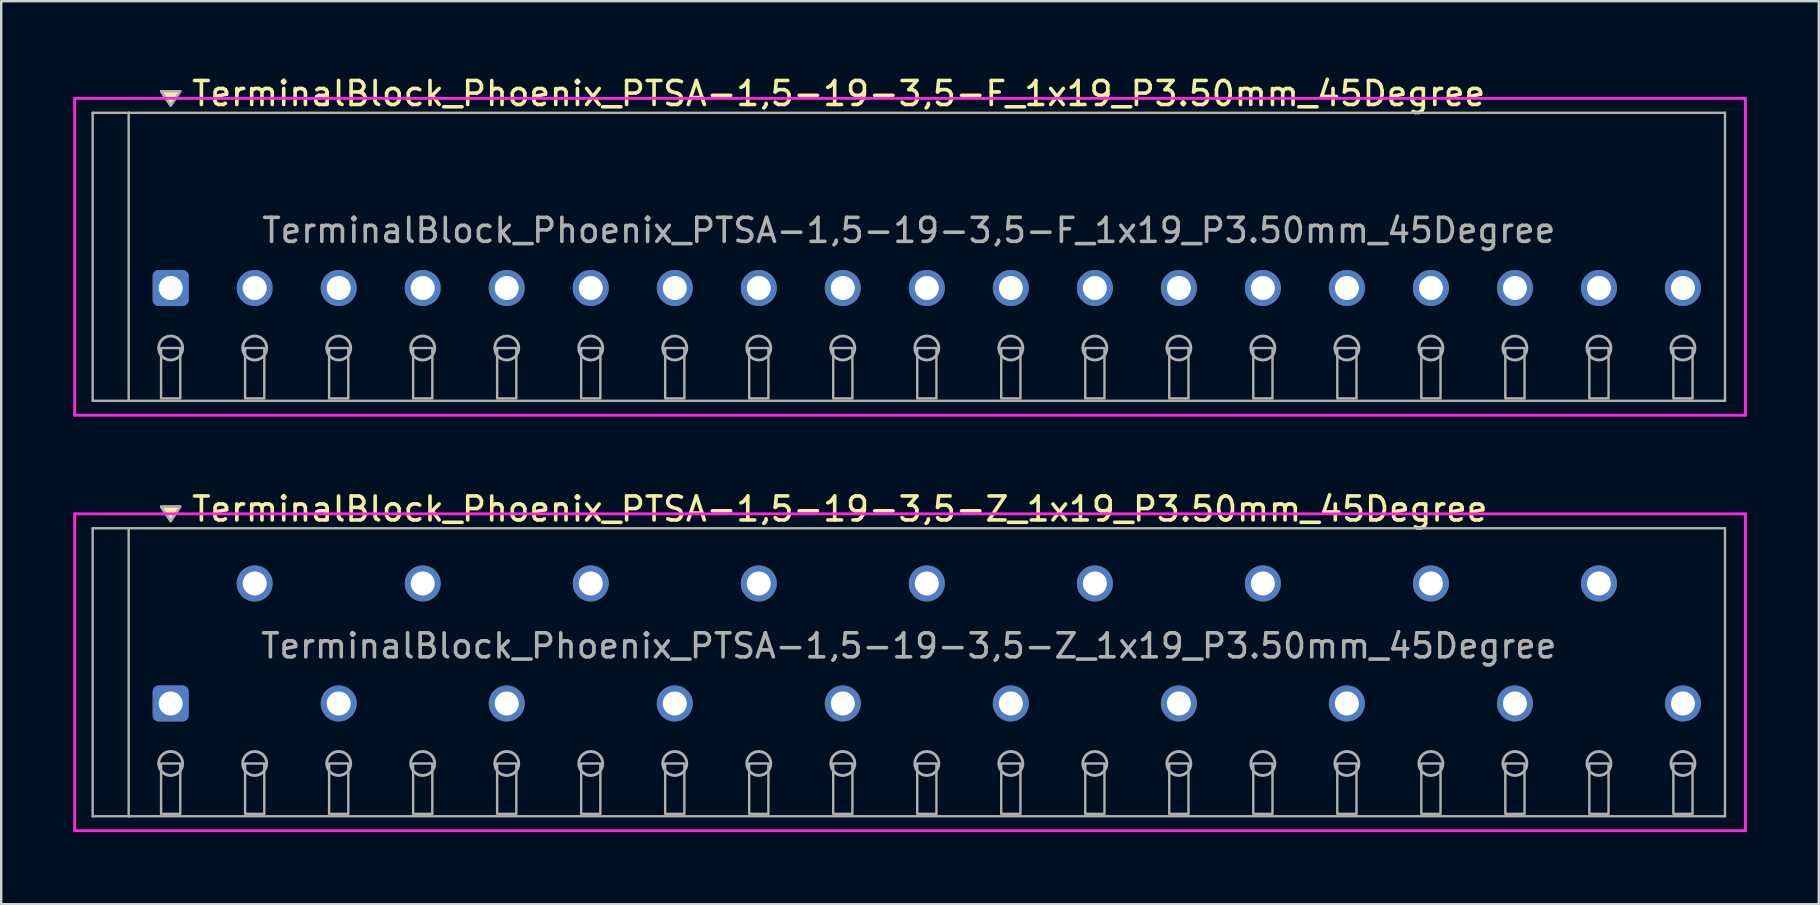
<source format=kicad_pcb>
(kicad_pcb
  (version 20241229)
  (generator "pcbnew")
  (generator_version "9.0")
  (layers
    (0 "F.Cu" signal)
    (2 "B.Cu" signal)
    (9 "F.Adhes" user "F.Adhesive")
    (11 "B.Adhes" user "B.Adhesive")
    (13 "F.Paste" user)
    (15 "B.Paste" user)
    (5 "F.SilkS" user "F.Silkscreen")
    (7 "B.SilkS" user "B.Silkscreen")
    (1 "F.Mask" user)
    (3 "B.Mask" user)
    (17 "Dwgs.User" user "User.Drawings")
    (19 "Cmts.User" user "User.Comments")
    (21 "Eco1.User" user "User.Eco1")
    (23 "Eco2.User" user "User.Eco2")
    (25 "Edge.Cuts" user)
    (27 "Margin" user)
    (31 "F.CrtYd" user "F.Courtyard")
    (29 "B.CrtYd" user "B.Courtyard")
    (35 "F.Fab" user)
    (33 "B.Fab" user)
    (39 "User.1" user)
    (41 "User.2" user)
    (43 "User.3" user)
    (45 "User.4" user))
  (footprint "TerminalBlock_Phoenix_PTSA-1,5-19-3,5-F_1x19_P3.50mm_45Degree"
    (layer "F.Cu")
    (at 4.06 8.948)
    (property "Reference" "TerminalBlock_Phoenix_PTSA-1,5-19-3,5-F_1x19_P3.50mm_45Degree" (at 0.8 -8.1 0) (layer "F.SilkS") (effects (font (size 1 1) (thickness 0.15)) (justify left)))
    (attr through_hole)
    (fp_poly (pts (xy 0 -7.6) (xy -0.4 -8.2) (xy 0.4 -8.2)) (stroke (width 0.1) (type solid)) (fill yes) (layer "F.SilkS"))
    (fp_line (start -4 -7.9) (end 65.6 -7.9) (stroke (width 0.12) (type solid)) (layer "F.CrtYd"))
    (fp_line (start -4 5.3) (end -4 -7.9) (stroke (width 0.12) (type solid)) (layer "F.CrtYd"))
    (fp_line (start 65.6 -7.9) (end 65.6 5.3) (stroke (width 0.12) (type solid)) (layer "F.CrtYd"))
    (fp_line (start 65.6 5.3) (end -4 5.3) (stroke (width 0.12) (type solid)) (layer "F.CrtYd"))
    (fp_line (start -3.25 -7.3) (end -1.75 -7.3) (stroke (width 0.1) (type solid)) (layer "F.Fab"))
    (fp_line (start -3.25 4.7) (end -3.25 -7.3) (stroke (width 0.1) (type solid)) (layer "F.Fab"))
    (fp_line (start -1.75 -7.3) (end -1.75 4.7) (stroke (width 0.1) (type solid)) (layer "F.Fab"))
    (fp_line (start -1.75 4.7) (end -3.25 4.7) (stroke (width 0.1) (type solid)) (layer "F.Fab"))
    (fp_line (start -1.75 4.7) (end 64.75 4.7) (stroke (width 0.1) (type solid)) (layer "F.Fab"))
    (fp_line (start 64.75 -7.3) (end -1.75 -7.3) (stroke (width 0.1) (type solid)) (layer "F.Fab"))
    (fp_line (start 64.75 4.7) (end 64.75 -7.3) (stroke (width 0.1) (type solid)) (layer "F.Fab"))
    (fp_circle (center 0 2.5) (end -0.5 2.5) (stroke (width 0.12) (type solid)) (fill no) (layer "F.Fab"))
    (fp_circle (center 3.5 2.5) (end 3 2.5) (stroke (width 0.12) (type solid)) (fill no) (layer "F.Fab"))
    (fp_circle (center 7 2.5) (end 6.5 2.5) (stroke (width 0.12) (type solid)) (fill no) (layer "F.Fab"))
    (fp_circle (center 10.5 2.5) (end 10 2.5) (stroke (width 0.12) (type solid)) (fill no) (layer "F.Fab"))
    (fp_circle (center 14 2.5) (end 13.5 2.5) (stroke (width 0.12) (type solid)) (fill no) (layer "F.Fab"))
    (fp_circle (center 17.5 2.5) (end 17 2.5) (stroke (width 0.12) (type solid)) (fill no) (layer "F.Fab"))
    (fp_circle (center 21 2.5) (end 20.5 2.5) (stroke (width 0.12) (type solid)) (fill no) (layer "F.Fab"))
    (fp_circle (center 24.5 2.5) (end 24 2.5) (stroke (width 0.12) (type solid)) (fill no) (layer "F.Fab"))
    (fp_circle (center 28 2.5) (end 27.5 2.5) (stroke (width 0.12) (type solid)) (fill no) (layer "F.Fab"))
    (fp_circle (center 31.5 2.5) (end 31 2.5) (stroke (width 0.12) (type solid)) (fill no) (layer "F.Fab"))
    (fp_circle (center 35 2.5) (end 34.5 2.5) (stroke (width 0.12) (type solid)) (fill no) (layer "F.Fab"))
    (fp_circle (center 38.5 2.5) (end 38 2.5) (stroke (width 0.12) (type solid)) (fill no) (layer "F.Fab"))
    (fp_circle (center 42 2.5) (end 41.5 2.5) (stroke (width 0.12) (type solid)) (fill no) (layer "F.Fab"))
    (fp_circle (center 45.5 2.5) (end 45 2.5) (stroke (width 0.12) (type solid)) (fill no) (layer "F.Fab"))
    (fp_circle (center 49 2.5) (end 48.5 2.5) (stroke (width 0.12) (type solid)) (fill no) (layer "F.Fab"))
    (fp_circle (center 52.5 2.5) (end 52 2.5) (stroke (width 0.12) (type solid)) (fill no) (layer "F.Fab"))
    (fp_circle (center 56 2.5) (end 55.5 2.5) (stroke (width 0.12) (type solid)) (fill no) (layer "F.Fab"))
    (fp_circle (center 59.5 2.5) (end 59 2.5) (stroke (width 0.12) (type solid)) (fill no) (layer "F.Fab"))
    (fp_circle (center 63 2.5) (end 62.5 2.5) (stroke (width 0.12) (type solid)) (fill no) (layer "F.Fab"))
    (fp_poly (pts (xy 0 -7.6) (xy -0.4 -8.2) (xy 0.4 -8.2)) (stroke (width 0.1) (type solid)) (fill no) (layer "F.Fab"))
    (fp_poly (pts (xy -0.4 2.5) (xy -0.4 4.6) (xy 0.4 4.6) (xy 0.4 2.5)) (stroke (width 0.1) (type solid)) (fill no) (layer "F.Fab"))
    (fp_poly (pts (xy 3.1 2.5) (xy 3.1 4.6) (xy 3.9 4.6) (xy 3.9 2.5)) (stroke (width 0.1) (type solid)) (fill no) (layer "F.Fab"))
    (fp_poly (pts (xy 6.6 2.5) (xy 6.6 4.6) (xy 7.4 4.6) (xy 7.4 2.5)) (stroke (width 0.1) (type solid)) (fill no) (layer "F.Fab"))
    (fp_poly (pts (xy 10.1 2.5) (xy 10.1 4.6) (xy 10.9 4.6) (xy 10.9 2.5)) (stroke (width 0.1) (type solid)) (fill no) (layer "F.Fab"))
    (fp_poly (pts (xy 13.6 2.5) (xy 13.6 4.6) (xy 14.4 4.6) (xy 14.4 2.5)) (stroke (width 0.1) (type solid)) (fill no) (layer "F.Fab"))
    (fp_poly (pts (xy 17.1 2.5) (xy 17.1 4.6) (xy 17.9 4.6) (xy 17.9 2.5)) (stroke (width 0.1) (type solid)) (fill no) (layer "F.Fab"))
    (fp_poly (pts (xy 20.6 2.5) (xy 20.6 4.6) (xy 21.4 4.6) (xy 21.4 2.5)) (stroke (width 0.1) (type solid)) (fill no) (layer "F.Fab"))
    (fp_poly (pts (xy 24.1 2.5) (xy 24.1 4.6) (xy 24.9 4.6) (xy 24.9 2.5)) (stroke (width 0.1) (type solid)) (fill no) (layer "F.Fab"))
    (fp_poly (pts (xy 27.6 2.5) (xy 27.6 4.6) (xy 28.4 4.6) (xy 28.4 2.5)) (stroke (width 0.1) (type solid)) (fill no) (layer "F.Fab"))
    (fp_poly (pts (xy 31.1 2.5) (xy 31.1 4.6) (xy 31.9 4.6) (xy 31.9 2.5)) (stroke (width 0.1) (type solid)) (fill no) (layer "F.Fab"))
    (fp_poly (pts (xy 34.6 2.5) (xy 34.6 4.6) (xy 35.4 4.6) (xy 35.4 2.5)) (stroke (width 0.1) (type solid)) (fill no) (layer "F.Fab"))
    (fp_poly (pts (xy 38.1 2.5) (xy 38.1 4.6) (xy 38.9 4.6) (xy 38.9 2.5)) (stroke (width 0.1) (type solid)) (fill no) (layer "F.Fab"))
    (fp_poly (pts (xy 41.6 2.5) (xy 41.6 4.6) (xy 42.4 4.6) (xy 42.4 2.5)) (stroke (width 0.1) (type solid)) (fill no) (layer "F.Fab"))
    (fp_poly (pts (xy 45.1 2.5) (xy 45.1 4.6) (xy 45.9 4.6) (xy 45.9 2.5)) (stroke (width 0.1) (type solid)) (fill no) (layer "F.Fab"))
    (fp_poly (pts (xy 48.6 2.5) (xy 48.6 4.6) (xy 49.4 4.6) (xy 49.4 2.5)) (stroke (width 0.1) (type solid)) (fill no) (layer "F.Fab"))
    (fp_poly (pts (xy 52.1 2.5) (xy 52.1 4.6) (xy 52.9 4.6) (xy 52.9 2.5)) (stroke (width 0.1) (type solid)) (fill no) (layer "F.Fab"))
    (fp_poly (pts (xy 55.6 2.5) (xy 55.6 4.6) (xy 56.4 4.6) (xy 56.4 2.5)) (stroke (width 0.1) (type solid)) (fill no) (layer "F.Fab"))
    (fp_poly (pts (xy 59.1 2.5) (xy 59.1 4.6) (xy 59.9 4.6) (xy 59.9 2.5)) (stroke (width 0.1) (type solid)) (fill no) (layer "F.Fab"))
    (fp_poly (pts (xy 62.6 2.5) (xy 62.6 4.6) (xy 63.4 4.6) (xy 63.4 2.5)) (stroke (width 0.1) (type solid)) (fill no) (layer "F.Fab"))
    (fp_text user "${REFERENCE}" (at 30.75 -2.4 0) (layer "F.Fab") (effects (font (size 1 1) (thickness 0.15))))
    (pad "1" thru_hole roundrect (at 0 0) (size 1.5 1.5) (drill 1) (layers "*.Cu" "*.Mask") (roundrect_rratio 0.167))
    (pad "2" thru_hole oval (at 3.5 0) (size 1.5 1.5) (drill 1) (layers "*.Cu" "*.Mask"))
    (pad "3" thru_hole oval (at 7 0) (size 1.5 1.5) (drill 1) (layers "*.Cu" "*.Mask"))
    (pad "4" thru_hole oval (at 10.5 0) (size 1.5 1.5) (drill 1) (layers "*.Cu" "*.Mask"))
    (pad "5" thru_hole oval (at 14 0) (size 1.5 1.5) (drill 1) (layers "*.Cu" "*.Mask"))
    (pad "6" thru_hole oval (at 17.5 0) (size 1.5 1.5) (drill 1) (layers "*.Cu" "*.Mask"))
    (pad "7" thru_hole oval (at 21 0) (size 1.5 1.5) (drill 1) (layers "*.Cu" "*.Mask"))
    (pad "8" thru_hole oval (at 24.5 0) (size 1.5 1.5) (drill 1) (layers "*.Cu" "*.Mask"))
    (pad "9" thru_hole oval (at 28 0) (size 1.5 1.5) (drill 1) (layers "*.Cu" "*.Mask"))
    (pad "10" thru_hole oval (at 31.5 0) (size 1.5 1.5) (drill 1) (layers "*.Cu" "*.Mask"))
    (pad "11" thru_hole oval (at 35 0) (size 1.5 1.5) (drill 1) (layers "*.Cu" "*.Mask"))
    (pad "12" thru_hole oval (at 38.5 0) (size 1.5 1.5) (drill 1) (layers "*.Cu" "*.Mask"))
    (pad "13" thru_hole oval (at 42 0) (size 1.5 1.5) (drill 1) (layers "*.Cu" "*.Mask"))
    (pad "14" thru_hole oval (at 45.5 0) (size 1.5 1.5) (drill 1) (layers "*.Cu" "*.Mask"))
    (pad "15" thru_hole oval (at 49 0) (size 1.5 1.5) (drill 1) (layers "*.Cu" "*.Mask"))
    (pad "16" thru_hole oval (at 52.5 0) (size 1.5 1.5) (drill 1) (layers "*.Cu" "*.Mask"))
    (pad "17" thru_hole oval (at 56 0) (size 1.5 1.5) (drill 1) (layers "*.Cu" "*.Mask"))
    (pad "18" thru_hole oval (at 59.5 0) (size 1.5 1.5) (drill 1) (layers "*.Cu" "*.Mask"))
    (pad "19" thru_hole oval (at 63 0) (size 1.5 1.5) (drill 1) (layers "*.Cu" "*.Mask")))
  (footprint "TerminalBlock_Phoenix_PTSA-1,5-19-3,5-Z_1x19_P3.50mm_45Degree"
    (layer "F.Cu")
    (at 4.06 26.256)
    (property "Reference" "TerminalBlock_Phoenix_PTSA-1,5-19-3,5-Z_1x19_P3.50mm_45Degree" (at 0.8 -8.1 0) (layer "F.SilkS") (effects (font (size 1 1) (thickness 0.15)) (justify left)))
    (attr through_hole)
    (fp_poly (pts (xy 0 -7.6) (xy -0.4 -8.2) (xy 0.4 -8.2)) (stroke (width 0.1) (type solid)) (fill yes) (layer "F.SilkS"))
    (fp_line (start -4 -7.9) (end 65.6 -7.9) (stroke (width 0.12) (type solid)) (layer "F.CrtYd"))
    (fp_line (start -4 5.3) (end -4 -7.9) (stroke (width 0.12) (type solid)) (layer "F.CrtYd"))
    (fp_line (start 65.6 -7.9) (end 65.6 5.3) (stroke (width 0.12) (type solid)) (layer "F.CrtYd"))
    (fp_line (start 65.6 5.3) (end -4 5.3) (stroke (width 0.12) (type solid)) (layer "F.CrtYd"))
    (fp_line (start -3.25 -7.3) (end -1.75 -7.3) (stroke (width 0.1) (type solid)) (layer "F.Fab"))
    (fp_line (start -3.25 4.7) (end -3.25 -7.3) (stroke (width 0.1) (type solid)) (layer "F.Fab"))
    (fp_line (start -1.75 -7.3) (end -1.75 4.7) (stroke (width 0.1) (type solid)) (layer "F.Fab"))
    (fp_line (start -1.75 4.7) (end -3.25 4.7) (stroke (width 0.1) (type solid)) (layer "F.Fab"))
    (fp_line (start -1.75 4.7) (end 64.75 4.7) (stroke (width 0.1) (type solid)) (layer "F.Fab"))
    (fp_line (start 64.75 -7.3) (end -1.75 -7.3) (stroke (width 0.1) (type solid)) (layer "F.Fab"))
    (fp_line (start 64.75 4.7) (end 64.75 -7.3) (stroke (width 0.1) (type solid)) (layer "F.Fab"))
    (fp_circle (center 0 2.5) (end -0.5 2.5) (stroke (width 0.12) (type solid)) (fill no) (layer "F.Fab"))
    (fp_circle (center 3.5 2.5) (end 3 2.5) (stroke (width 0.12) (type solid)) (fill no) (layer "F.Fab"))
    (fp_circle (center 7 2.5) (end 6.5 2.5) (stroke (width 0.12) (type solid)) (fill no) (layer "F.Fab"))
    (fp_circle (center 10.5 2.5) (end 10 2.5) (stroke (width 0.12) (type solid)) (fill no) (layer "F.Fab"))
    (fp_circle (center 14 2.5) (end 13.5 2.5) (stroke (width 0.12) (type solid)) (fill no) (layer "F.Fab"))
    (fp_circle (center 17.5 2.5) (end 17 2.5) (stroke (width 0.12) (type solid)) (fill no) (layer "F.Fab"))
    (fp_circle (center 21 2.5) (end 20.5 2.5) (stroke (width 0.12) (type solid)) (fill no) (layer "F.Fab"))
    (fp_circle (center 24.5 2.5) (end 24 2.5) (stroke (width 0.12) (type solid)) (fill no) (layer "F.Fab"))
    (fp_circle (center 28 2.5) (end 27.5 2.5) (stroke (width 0.12) (type solid)) (fill no) (layer "F.Fab"))
    (fp_circle (center 31.5 2.5) (end 31 2.5) (stroke (width 0.12) (type solid)) (fill no) (layer "F.Fab"))
    (fp_circle (center 35 2.5) (end 34.5 2.5) (stroke (width 0.12) (type solid)) (fill no) (layer "F.Fab"))
    (fp_circle (center 38.5 2.5) (end 38 2.5) (stroke (width 0.12) (type solid)) (fill no) (layer "F.Fab"))
    (fp_circle (center 42 2.5) (end 41.5 2.5) (stroke (width 0.12) (type solid)) (fill no) (layer "F.Fab"))
    (fp_circle (center 45.5 2.5) (end 45 2.5) (stroke (width 0.12) (type solid)) (fill no) (layer "F.Fab"))
    (fp_circle (center 49 2.5) (end 48.5 2.5) (stroke (width 0.12) (type solid)) (fill no) (layer "F.Fab"))
    (fp_circle (center 52.5 2.5) (end 52 2.5) (stroke (width 0.12) (type solid)) (fill no) (layer "F.Fab"))
    (fp_circle (center 56 2.5) (end 55.5 2.5) (stroke (width 0.12) (type solid)) (fill no) (layer "F.Fab"))
    (fp_circle (center 59.5 2.5) (end 59 2.5) (stroke (width 0.12) (type solid)) (fill no) (layer "F.Fab"))
    (fp_circle (center 63 2.5) (end 62.5 2.5) (stroke (width 0.12) (type solid)) (fill no) (layer "F.Fab"))
    (fp_poly (pts (xy 0 -7.6) (xy -0.4 -8.2) (xy 0.4 -8.2)) (stroke (width 0.1) (type solid)) (fill no) (layer "F.Fab"))
    (fp_poly (pts (xy -0.4 2.5) (xy -0.4 4.6) (xy 0.4 4.6) (xy 0.4 2.5)) (stroke (width 0.1) (type solid)) (fill no) (layer "F.Fab"))
    (fp_poly (pts (xy 3.1 2.5) (xy 3.1 4.6) (xy 3.9 4.6) (xy 3.9 2.5)) (stroke (width 0.1) (type solid)) (fill no) (layer "F.Fab"))
    (fp_poly (pts (xy 6.6 2.5) (xy 6.6 4.6) (xy 7.4 4.6) (xy 7.4 2.5)) (stroke (width 0.1) (type solid)) (fill no) (layer "F.Fab"))
    (fp_poly (pts (xy 10.1 2.5) (xy 10.1 4.6) (xy 10.9 4.6) (xy 10.9 2.5)) (stroke (width 0.1) (type solid)) (fill no) (layer "F.Fab"))
    (fp_poly (pts (xy 13.6 2.5) (xy 13.6 4.6) (xy 14.4 4.6) (xy 14.4 2.5)) (stroke (width 0.1) (type solid)) (fill no) (layer "F.Fab"))
    (fp_poly (pts (xy 17.1 2.5) (xy 17.1 4.6) (xy 17.9 4.6) (xy 17.9 2.5)) (stroke (width 0.1) (type solid)) (fill no) (layer "F.Fab"))
    (fp_poly (pts (xy 20.6 2.5) (xy 20.6 4.6) (xy 21.4 4.6) (xy 21.4 2.5)) (stroke (width 0.1) (type solid)) (fill no) (layer "F.Fab"))
    (fp_poly (pts (xy 24.1 2.5) (xy 24.1 4.6) (xy 24.9 4.6) (xy 24.9 2.5)) (stroke (width 0.1) (type solid)) (fill no) (layer "F.Fab"))
    (fp_poly (pts (xy 27.6 2.5) (xy 27.6 4.6) (xy 28.4 4.6) (xy 28.4 2.5)) (stroke (width 0.1) (type solid)) (fill no) (layer "F.Fab"))
    (fp_poly (pts (xy 31.1 2.5) (xy 31.1 4.6) (xy 31.9 4.6) (xy 31.9 2.5)) (stroke (width 0.1) (type solid)) (fill no) (layer "F.Fab"))
    (fp_poly (pts (xy 34.6 2.5) (xy 34.6 4.6) (xy 35.4 4.6) (xy 35.4 2.5)) (stroke (width 0.1) (type solid)) (fill no) (layer "F.Fab"))
    (fp_poly (pts (xy 38.1 2.5) (xy 38.1 4.6) (xy 38.9 4.6) (xy 38.9 2.5)) (stroke (width 0.1) (type solid)) (fill no) (layer "F.Fab"))
    (fp_poly (pts (xy 41.6 2.5) (xy 41.6 4.6) (xy 42.4 4.6) (xy 42.4 2.5)) (stroke (width 0.1) (type solid)) (fill no) (layer "F.Fab"))
    (fp_poly (pts (xy 45.1 2.5) (xy 45.1 4.6) (xy 45.9 4.6) (xy 45.9 2.5)) (stroke (width 0.1) (type solid)) (fill no) (layer "F.Fab"))
    (fp_poly (pts (xy 48.6 2.5) (xy 48.6 4.6) (xy 49.4 4.6) (xy 49.4 2.5)) (stroke (width 0.1) (type solid)) (fill no) (layer "F.Fab"))
    (fp_poly (pts (xy 52.1 2.5) (xy 52.1 4.6) (xy 52.9 4.6) (xy 52.9 2.5)) (stroke (width 0.1) (type solid)) (fill no) (layer "F.Fab"))
    (fp_poly (pts (xy 55.6 2.5) (xy 55.6 4.6) (xy 56.4 4.6) (xy 56.4 2.5)) (stroke (width 0.1) (type solid)) (fill no) (layer "F.Fab"))
    (fp_poly (pts (xy 59.1 2.5) (xy 59.1 4.6) (xy 59.9 4.6) (xy 59.9 2.5)) (stroke (width 0.1) (type solid)) (fill no) (layer "F.Fab"))
    (fp_poly (pts (xy 62.6 2.5) (xy 62.6 4.6) (xy 63.4 4.6) (xy 63.4 2.5)) (stroke (width 0.1) (type solid)) (fill no) (layer "F.Fab"))
    (fp_text user "${REFERENCE}" (at 30.75 -2.4 0) (layer "F.Fab") (effects (font (size 1 1) (thickness 0.15))))
    (pad "1" thru_hole roundrect (at 0 0) (size 1.5 1.5) (drill 1) (layers "*.Cu" "*.Mask") (roundrect_rratio 0.167))
    (pad "2" thru_hole oval (at 3.5 -5) (size 1.5 1.5) (drill 1) (layers "*.Cu" "*.Mask"))
    (pad "3" thru_hole oval (at 7 0) (size 1.5 1.5) (drill 1) (layers "*.Cu" "*.Mask"))
    (pad "4" thru_hole oval (at 10.5 -5) (size 1.5 1.5) (drill 1) (layers "*.Cu" "*.Mask"))
    (pad "5" thru_hole oval (at 14 0) (size 1.5 1.5) (drill 1) (layers "*.Cu" "*.Mask"))
    (pad "6" thru_hole oval (at 17.5 -5) (size 1.5 1.5) (drill 1) (layers "*.Cu" "*.Mask"))
    (pad "7" thru_hole oval (at 21 0) (size 1.5 1.5) (drill 1) (layers "*.Cu" "*.Mask"))
    (pad "8" thru_hole oval (at 24.5 -5) (size 1.5 1.5) (drill 1) (layers "*.Cu" "*.Mask"))
    (pad "9" thru_hole oval (at 28 0) (size 1.5 1.5) (drill 1) (layers "*.Cu" "*.Mask"))
    (pad "10" thru_hole oval (at 31.5 -5) (size 1.5 1.5) (drill 1) (layers "*.Cu" "*.Mask"))
    (pad "11" thru_hole oval (at 35 0) (size 1.5 1.5) (drill 1) (layers "*.Cu" "*.Mask"))
    (pad "12" thru_hole oval (at 38.5 -5) (size 1.5 1.5) (drill 1) (layers "*.Cu" "*.Mask"))
    (pad "13" thru_hole oval (at 42 0) (size 1.5 1.5) (drill 1) (layers "*.Cu" "*.Mask"))
    (pad "14" thru_hole oval (at 45.5 -5) (size 1.5 1.5) (drill 1) (layers "*.Cu" "*.Mask"))
    (pad "15" thru_hole oval (at 49 0) (size 1.5 1.5) (drill 1) (layers "*.Cu" "*.Mask"))
    (pad "16" thru_hole oval (at 52.5 -5) (size 1.5 1.5) (drill 1) (layers "*.Cu" "*.Mask"))
    (pad "17" thru_hole oval (at 56 0) (size 1.5 1.5) (drill 1) (layers "*.Cu" "*.Mask"))
    (pad "18" thru_hole oval (at 59.5 -5) (size 1.5 1.5) (drill 1) (layers "*.Cu" "*.Mask"))
    (pad "19" thru_hole oval (at 63 0) (size 1.5 1.5) (drill 1) (layers "*.Cu" "*.Mask")))
  (gr_rect
    (start -3 -3)
    (end 72.72 34.617)
    (stroke (width 0.1) (type default))
    (fill no)
    (layer "Edge.Cuts")))
</source>
